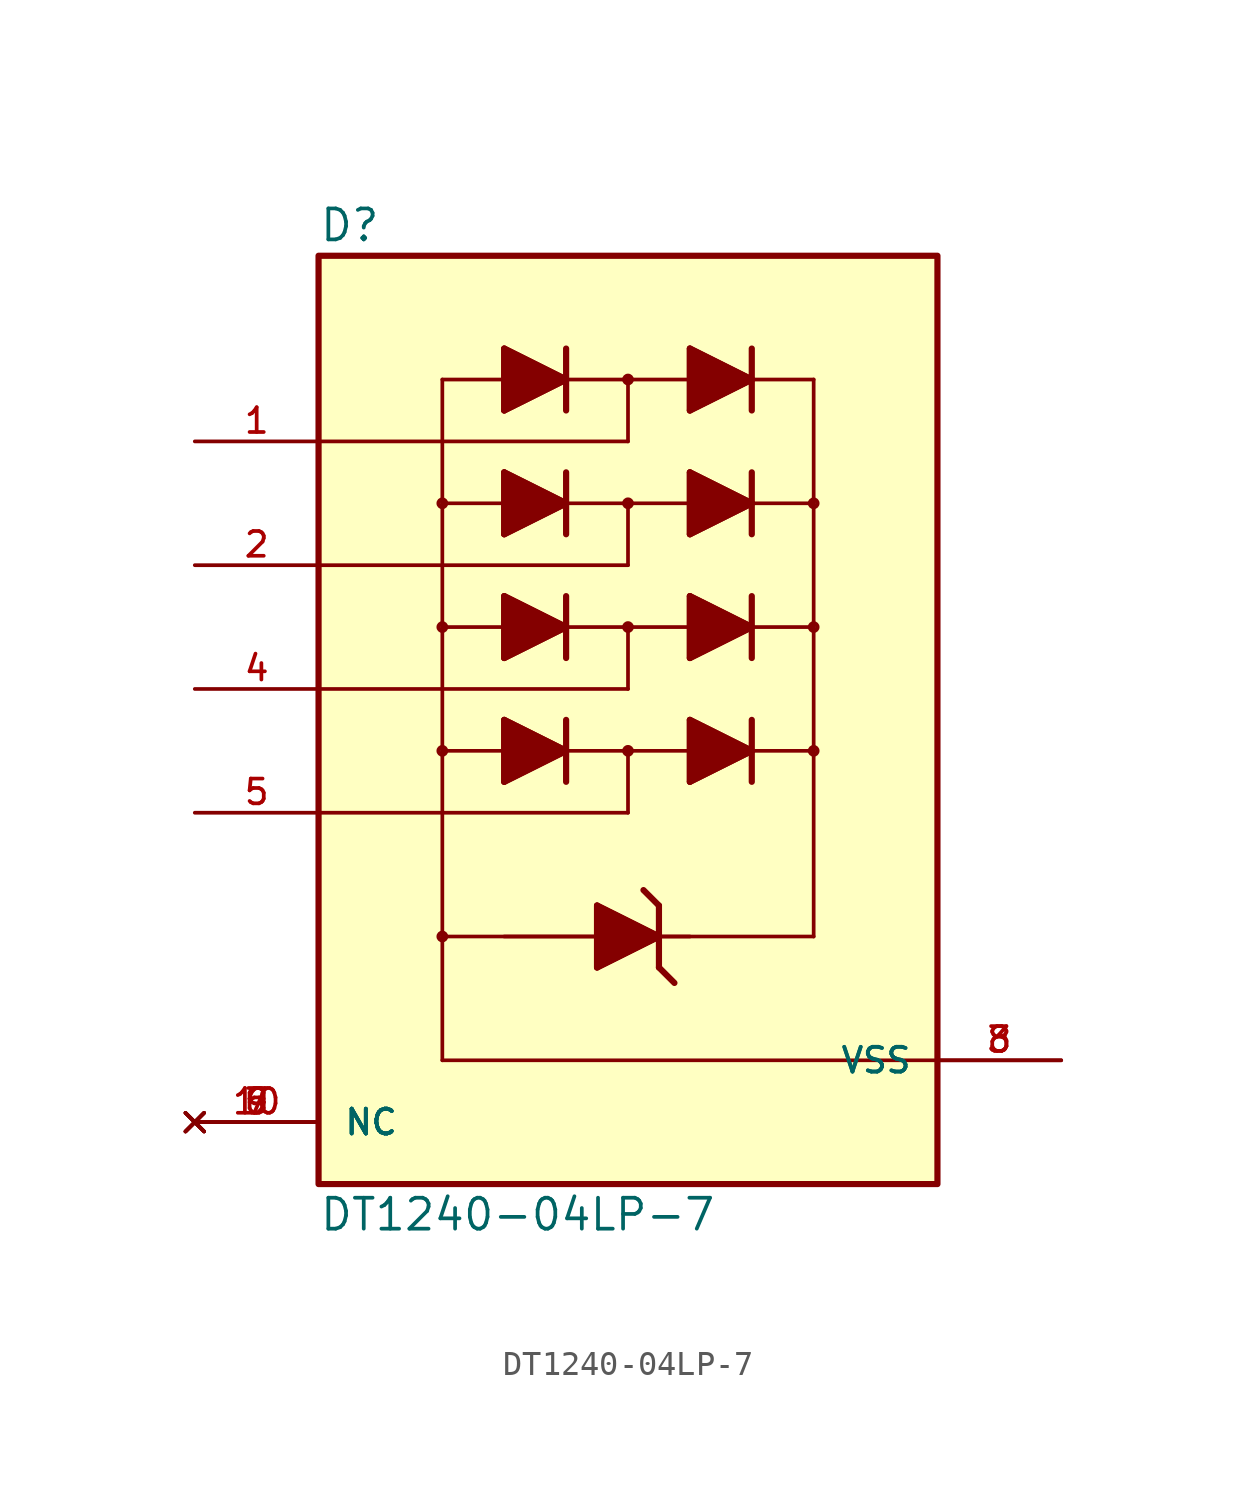
<source format=kicad_sym>
(kicad_symbol_lib
  (version 20211014)
  (generator kicad_symbol_editor)
  (symbol "DT1240-04LP-7"
    (pin_names
      (offset 1.016))
    (property "Reference" "D"
      (at -12.7 20.828 0)
      (effects (font (size 1.27 1.27)) (justify bottom left)))
    (property "Value" "DT1240-04LP-7"
      (at -12.7 -18.288 0)
      (effects (font (size 1.27 1.27)) (justify top left)))
    (symbol "DT1240-04LP-7_0_0"
      (polyline (pts (xy 2.54 16.51) (xy 2.54 15.24)) (stroke (width 0.254)))
      (polyline (pts (xy 2.54 15.24) (xy 2.54 13.97)) (stroke (width 0.254)))
      (polyline (pts (xy 2.54 13.97) (xy 5.08 15.24)) (stroke (width 0.254)))
      (polyline (pts (xy 5.08 15.24) (xy 2.54 16.51)) (stroke (width 0.254)))
      (polyline (pts (xy 5.08 16.51) (xy 5.08 15.24)) (stroke (width 0.254)))
      (polyline (pts (xy 5.08 15.24) (xy 5.08 13.97)) (stroke (width 0.254)))
      (polyline (pts (xy 7.62 -7.62) (xy -7.62 -7.62)) (stroke (width 0.152)))
      (polyline (pts (xy -7.62 -7.62) (xy -7.62 15.24)) (stroke (width 0.152)))
      (polyline (pts (xy -7.62 15.24) (xy -2.54 15.24)) (stroke (width 0.152)))
      (polyline (pts (xy 0.0 15.24) (xy 2.54 15.24)) (stroke (width 0.152)))
      (polyline (pts (xy 5.08 15.24) (xy 7.62 15.24)) (stroke (width 0.152)))
      (circle (center 7.62 10.16) (radius 0.152) (stroke (width 0.178)) (fill (type none)))
      (circle (center 7.62 5.08) (radius 0.152) (stroke (width 0.178)) (fill (type none)))
      (circle (center 7.62 0.0) (radius 0.152) (stroke (width 0.178)) (fill (type none)))
      (polyline (pts (xy 7.62 15.24) (xy 7.62 -7.62)) (stroke (width 0.152)))
      (polyline (pts (xy 2.54 16.51) (xy 2.54 13.97) (xy 5.08 15.24) (xy 2.54 16.51)) (stroke (width 0.254)) (fill (type outline)))
      (polyline (pts (xy -5.08 16.51) (xy -5.08 13.97)) (stroke (width 0.254)))
      (polyline (pts (xy -5.08 13.97) (xy -2.54 15.24)) (stroke (width 0.254)))
      (polyline (pts (xy -2.54 15.24) (xy -5.08 16.51)) (stroke (width 0.254)))
      (polyline (pts (xy -2.54 16.51) (xy -2.54 15.24)) (stroke (width 0.254)))
      (polyline (pts (xy -2.54 15.24) (xy -2.54 13.97)) (stroke (width 0.254)))
      (polyline (pts (xy -2.54 15.24) (xy 0.0 15.24)) (stroke (width 0.152)))
      (polyline (pts (xy -5.08 16.51) (xy -5.08 13.97) (xy -2.54 15.24) (xy -5.08 16.51)) (stroke (width 0.254)) (fill (type outline)))
      (polyline (pts (xy 0.0 15.24) (xy 0.0 12.7)) (stroke (width 0.152)))
      (polyline (pts (xy 0.0 12.7) (xy -12.7 12.7)) (stroke (width 0.152)))
      (polyline (pts (xy 2.54 11.43) (xy 2.54 10.16)) (stroke (width 0.254)))
      (polyline (pts (xy 2.54 10.16) (xy 2.54 8.89)) (stroke (width 0.254)))
      (polyline (pts (xy 2.54 8.89) (xy 5.08 10.16)) (stroke (width 0.254)))
      (polyline (pts (xy 5.08 10.16) (xy 2.54 11.43)) (stroke (width 0.254)))
      (polyline (pts (xy 5.08 11.43) (xy 5.08 10.16)) (stroke (width 0.254)))
      (polyline (pts (xy 5.08 10.16) (xy 5.08 8.89)) (stroke (width 0.254)))
      (polyline (pts (xy -7.62 10.16) (xy -2.54 10.16)) (stroke (width 0.152)))
      (polyline (pts (xy 0.0 10.16) (xy 2.54 10.16)) (stroke (width 0.152)))
      (polyline (pts (xy 5.08 10.16) (xy 7.62 10.16)) (stroke (width 0.152)))
      (polyline (pts (xy 2.54 11.43) (xy 2.54 8.89) (xy 5.08 10.16) (xy 2.54 11.43)) (stroke (width 0.254)) (fill (type outline)))
      (polyline (pts (xy -5.08 11.43) (xy -5.08 8.89)) (stroke (width 0.254)))
      (polyline (pts (xy -5.08 8.89) (xy -2.54 10.16)) (stroke (width 0.254)))
      (polyline (pts (xy -2.54 10.16) (xy -5.08 11.43)) (stroke (width 0.254)))
      (polyline (pts (xy -2.54 11.43) (xy -2.54 10.16)) (stroke (width 0.254)))
      (polyline (pts (xy -2.54 10.16) (xy -2.54 8.89)) (stroke (width 0.254)))
      (polyline (pts (xy -2.54 10.16) (xy 0.0 10.16)) (stroke (width 0.152)))
      (polyline (pts (xy -5.08 11.43) (xy -5.08 8.89) (xy -2.54 10.16) (xy -5.08 11.43)) (stroke (width 0.254)) (fill (type outline)))
      (polyline (pts (xy 0.0 10.16) (xy 0.0 7.62)) (stroke (width 0.152)))
      (polyline (pts (xy 0.0 7.62) (xy -12.7 7.62)) (stroke (width 0.152)))
      (circle (center 0.0 15.24) (radius 0.152) (stroke (width 0.178)) (fill (type none)))
      (circle (center 0.0 10.16) (radius 0.152) (stroke (width 0.178)) (fill (type none)))
      (circle (center -7.62 10.16) (radius 0.152) (stroke (width 0.178)) (fill (type none)))
      (polyline (pts (xy 2.54 6.35) (xy 2.54 5.08)) (stroke (width 0.254)))
      (polyline (pts (xy 2.54 5.08) (xy 2.54 3.81)) (stroke (width 0.254)))
      (polyline (pts (xy 2.54 3.81) (xy 5.08 5.08)) (stroke (width 0.254)))
      (polyline (pts (xy 5.08 5.08) (xy 2.54 6.35)) (stroke (width 0.254)))
      (polyline (pts (xy 5.08 6.35) (xy 5.08 5.08)) (stroke (width 0.254)))
      (polyline (pts (xy 5.08 5.08) (xy 5.08 3.81)) (stroke (width 0.254)))
      (polyline (pts (xy -7.62 5.08) (xy -2.54 5.08)) (stroke (width 0.152)))
      (polyline (pts (xy 0.0 5.08) (xy 2.54 5.08)) (stroke (width 0.152)))
      (polyline (pts (xy 5.08 5.08) (xy 7.62 5.08)) (stroke (width 0.152)))
      (polyline (pts (xy 2.54 6.35) (xy 2.54 3.81) (xy 5.08 5.08) (xy 2.54 6.35)) (stroke (width 0.254)) (fill (type outline)))
      (polyline (pts (xy -5.08 6.35) (xy -5.08 3.81)) (stroke (width 0.254)))
      (polyline (pts (xy -5.08 3.81) (xy -2.54 5.08)) (stroke (width 0.254)))
      (polyline (pts (xy -2.54 5.08) (xy -5.08 6.35)) (stroke (width 0.254)))
      (polyline (pts (xy -2.54 6.35) (xy -2.54 5.08)) (stroke (width 0.254)))
      (polyline (pts (xy -2.54 5.08) (xy -2.54 3.81)) (stroke (width 0.254)))
      (polyline (pts (xy -2.54 5.08) (xy 0.0 5.08)) (stroke (width 0.152)))
      (polyline (pts (xy -5.08 6.35) (xy -5.08 3.81) (xy -2.54 5.08) (xy -5.08 6.35)) (stroke (width 0.254)) (fill (type outline)))
      (polyline (pts (xy 0.0 5.08) (xy 0.0 2.54)) (stroke (width 0.152)))
      (polyline (pts (xy 0.0 2.54) (xy -12.7 2.54)) (stroke (width 0.152)))
      (circle (center 0.0 5.08) (radius 0.152) (stroke (width 0.178)) (fill (type none)))
      (circle (center -7.62 5.08) (radius 0.152) (stroke (width 0.178)) (fill (type none)))
      (polyline (pts (xy 2.54 1.27) (xy 2.54 0.0)) (stroke (width 0.254)))
      (polyline (pts (xy 2.54 0.0) (xy 2.54 -1.27)) (stroke (width 0.254)))
      (polyline (pts (xy 2.54 -1.27) (xy 5.08 0.0)) (stroke (width 0.254)))
      (polyline (pts (xy 5.08 0.0) (xy 2.54 1.27)) (stroke (width 0.254)))
      (polyline (pts (xy 5.08 1.27) (xy 5.08 0.0)) (stroke (width 0.254)))
      (polyline (pts (xy 5.08 0.0) (xy 5.08 -1.27)) (stroke (width 0.254)))
      (polyline (pts (xy -7.62 0.0) (xy -2.54 0.0)) (stroke (width 0.152)))
      (polyline (pts (xy 0.0 0.0) (xy 2.54 0.0)) (stroke (width 0.152)))
      (polyline (pts (xy 5.08 0.0) (xy 7.62 0.0)) (stroke (width 0.152)))
      (polyline (pts (xy 2.54 1.27) (xy 2.54 -1.27) (xy 5.08 0.0) (xy 2.54 1.27)) (stroke (width 0.254)) (fill (type outline)))
      (polyline (pts (xy -5.08 1.27) (xy -5.08 -1.27)) (stroke (width 0.254)))
      (polyline (pts (xy -5.08 -1.27) (xy -2.54 0.0)) (stroke (width 0.254)))
      (polyline (pts (xy -2.54 0.0) (xy -5.08 1.27)) (stroke (width 0.254)))
      (polyline (pts (xy -2.54 1.27) (xy -2.54 0.0)) (stroke (width 0.254)))
      (polyline (pts (xy -2.54 0.0) (xy -2.54 -1.27)) (stroke (width 0.254)))
      (polyline (pts (xy -2.54 0.0) (xy 0.0 0.0)) (stroke (width 0.152)))
      (polyline (pts (xy -5.08 1.27) (xy -5.08 -1.27) (xy -2.54 0.0) (xy -5.08 1.27)) (stroke (width 0.254)) (fill (type outline)))
      (polyline (pts (xy 0.0 0.0) (xy 0.0 -2.54)) (stroke (width 0.152)))
      (polyline (pts (xy 0.0 -2.54) (xy -12.7 -2.54)) (stroke (width 0.152)))
      (circle (center 0.0 0.0) (radius 0.152) (stroke (width 0.178)) (fill (type none)))
      (circle (center -7.62 0.0) (radius 0.152) (stroke (width 0.178)) (fill (type none)))
      (polyline (pts (xy -1.27 -6.35) (xy -1.27 -7.62)) (stroke (width 0.254)))
      (polyline (pts (xy -1.27 -7.62) (xy -1.27 -8.89)) (stroke (width 0.254)))
      (polyline (pts (xy -1.27 -8.89) (xy 1.27 -7.62)) (stroke (width 0.254)))
      (polyline (pts (xy 1.27 -7.62) (xy -1.27 -6.35)) (stroke (width 0.254)))
      (polyline (pts (xy 0.635 -5.715) (xy 1.27 -6.35)) (stroke (width 0.254)))
      (polyline (pts (xy 1.27 -6.35) (xy 1.27 -7.62)) (stroke (width 0.254)))
      (polyline (pts (xy 1.27 -7.62) (xy 1.27 -8.89)) (stroke (width 0.254)))
      (polyline (pts (xy 1.27 -8.89) (xy 1.905 -9.525)) (stroke (width 0.254)))
      (polyline (pts (xy -5.08 -7.62) (xy -1.27 -7.62)) (stroke (width 0.152)))
      (polyline (pts (xy 1.27 -7.62) (xy 2.54 -7.62)) (stroke (width 0.152)))
      (polyline (pts (xy -1.27 -6.35) (xy -1.27 -8.89) (xy 1.27 -7.62) (xy -1.27 -6.35)) (stroke (width 0.254)) (fill (type outline)))
      (polyline (pts (xy -7.62 -7.62) (xy -7.62 -12.7)) (stroke (width 0.152)))
      (circle (center -7.62 -7.62) (radius 0.152) (stroke (width 0.178)) (fill (type none)))
      (polyline (pts (xy -7.62 -12.7) (xy 12.7 -12.7)) (stroke (width 0.152)))
      (rectangle (start -12.7 -17.78) (end 12.7 20.32) (stroke (width 0.254)) (fill (type background)))
      (pin passive line (at -17.78 12.7 0) (length 5.08) (name "~" (effects (font (size 1.016 1.016)))) (number "1" (effects (font (size 1.016 1.016)))))
      (pin passive line (at -17.78 7.62 0) (length 5.08) (name "~" (effects (font (size 1.016 1.016)))) (number "2" (effects (font (size 1.016 1.016)))))
      (pin passive line (at -17.78 2.54 0) (length 5.08) (name "~" (effects (font (size 1.016 1.016)))) (number "4" (effects (font (size 1.016 1.016)))))
      (pin passive line (at -17.78 -2.54 0) (length 5.08) (name "~" (effects (font (size 1.016 1.016)))) (number "5" (effects (font (size 1.016 1.016)))))
      (pin power_in line (at 17.78 -12.7 180.0) (length 5.08) (name "VSS" (effects (font (size 1.016 1.016)))) (number "3" (effects (font (size 1.016 1.016)))))
      (pin power_in line (at 17.78 -12.7 180.0) (length 5.08) (name "VSS" (effects (font (size 1.016 1.016)))) (number "8" (effects (font (size 1.016 1.016)))))
      (pin no_connect line (at -17.78 -15.24 0) (length 5.08) (name "NC" (effects (font (size 1.016 1.016)))) (number "6" (effects (font (size 1.016 1.016)))))
      (pin no_connect line (at -17.78 -15.24 0) (length 5.08) (name "NC" (effects (font (size 1.016 1.016)))) (number "7" (effects (font (size 1.016 1.016)))))
      (pin no_connect line (at -17.78 -15.24 0) (length 5.08) (name "NC" (effects (font (size 1.016 1.016)))) (number "9" (effects (font (size 1.016 1.016)))))
      (pin no_connect line (at -17.78 -15.24 0) (length 5.08) (name "NC" (effects (font (size 1.016 1.016)))) (number "10" (effects (font (size 1.016 1.016))))))))
</source>
